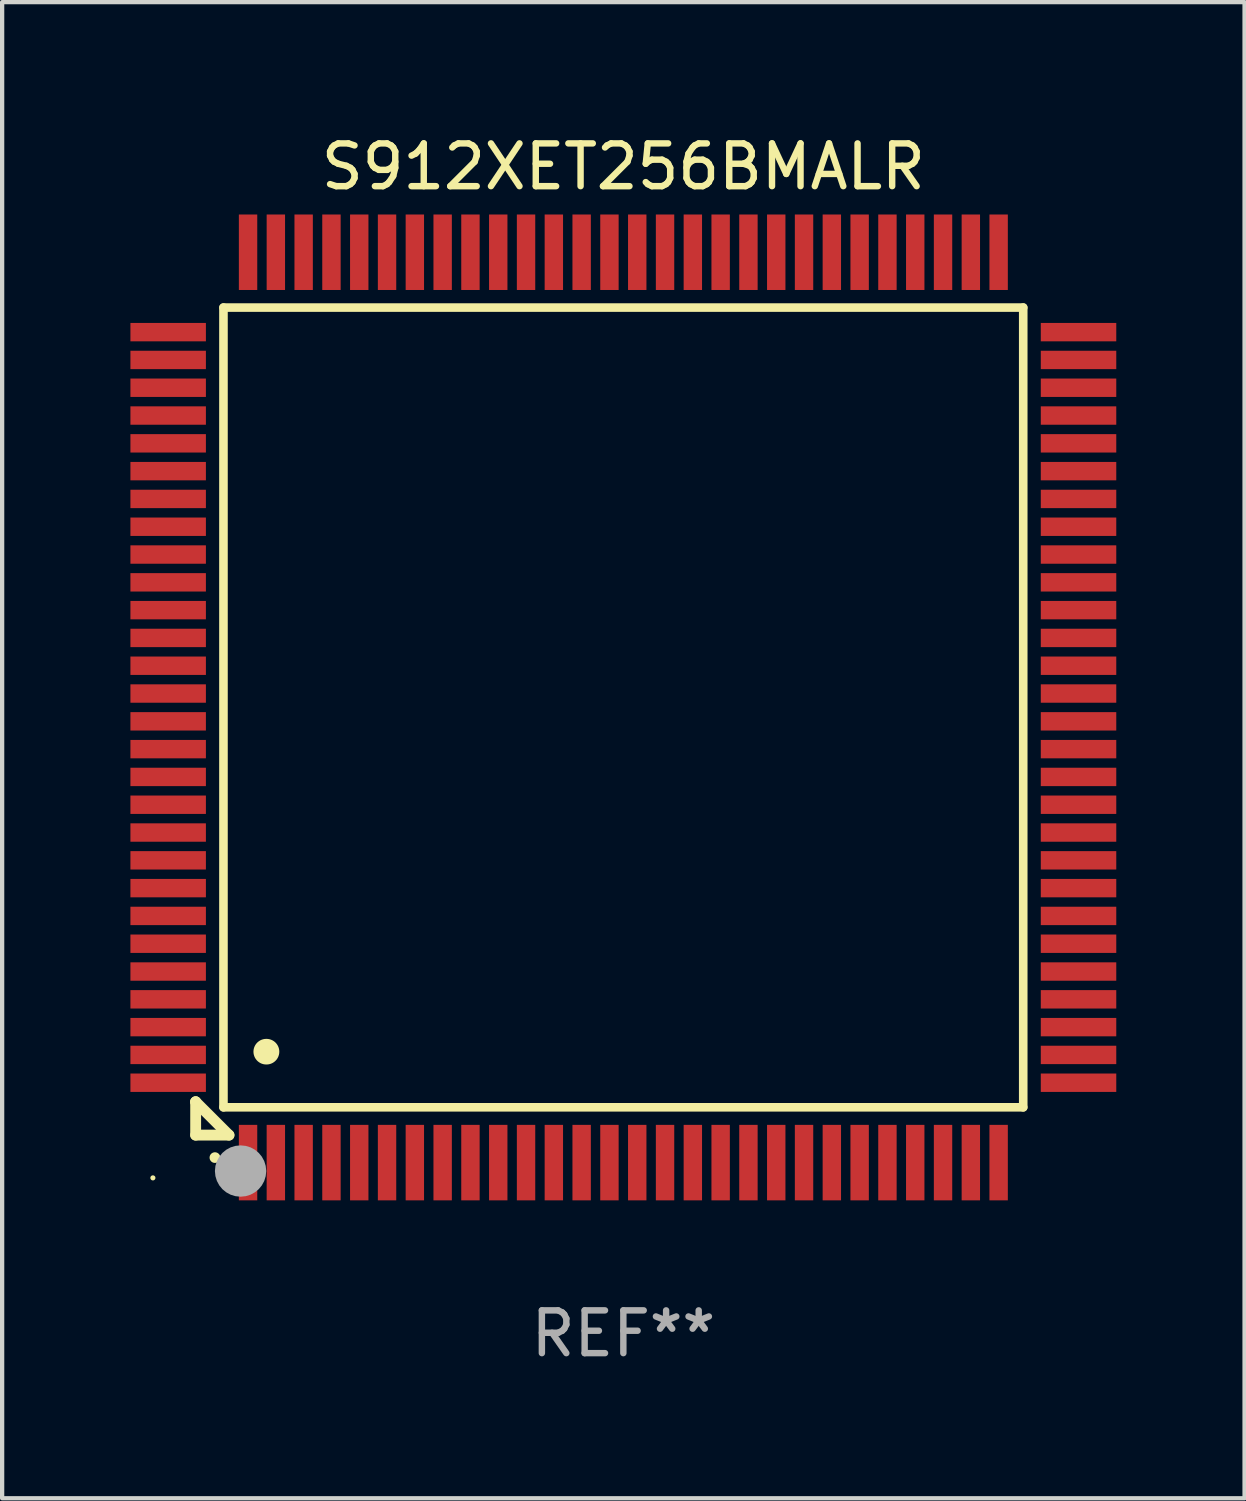
<source format=kicad_pcb>
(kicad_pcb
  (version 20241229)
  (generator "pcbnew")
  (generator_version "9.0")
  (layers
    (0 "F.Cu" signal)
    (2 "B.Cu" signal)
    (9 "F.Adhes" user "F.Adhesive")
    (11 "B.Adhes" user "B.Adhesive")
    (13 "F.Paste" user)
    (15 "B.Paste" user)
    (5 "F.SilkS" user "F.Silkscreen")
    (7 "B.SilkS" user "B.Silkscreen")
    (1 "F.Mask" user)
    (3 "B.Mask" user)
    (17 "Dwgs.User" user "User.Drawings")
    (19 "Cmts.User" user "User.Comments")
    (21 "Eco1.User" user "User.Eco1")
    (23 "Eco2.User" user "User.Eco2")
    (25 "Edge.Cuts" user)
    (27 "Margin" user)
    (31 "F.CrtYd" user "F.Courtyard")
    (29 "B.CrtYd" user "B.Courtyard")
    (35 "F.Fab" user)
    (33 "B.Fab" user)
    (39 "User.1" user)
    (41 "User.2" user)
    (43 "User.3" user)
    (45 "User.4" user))
  (footprint "S912XET256BMALR"
    (layer "F.Cu")
    (at 11.525 13.491)
    (property "Reference" "S912XET256BMALR" (at 0 -12.643 0) (layer "F.SilkS") (effects (font (size 1 1) (thickness 0.15))))
    (attr through_hole)
    (fp_line (start -10 9.221) (end -10 9.221) (stroke (width 0.254) (type solid)) (layer "F.SilkS"))
    (fp_line (start -10 9.221) (end -10 10) (stroke (width 0.254) (type solid)) (layer "F.SilkS"))
    (fp_line (start -10 9.221) (end -9.221 10) (stroke (width 0.254) (type solid)) (layer "F.SilkS"))
    (fp_line (start -10 10) (end -9.221 10) (stroke (width 0.254) (type solid)) (layer "F.SilkS"))
    (fp_line (start -9.35 -9.35) (end -9.35 9.35) (stroke (width 0.201) (type solid)) (layer "F.SilkS"))
    (fp_line (start -9.35 9.35) (end 9.35 9.35) (stroke (width 0.201) (type solid)) (layer "F.SilkS"))
    (fp_line (start 9.35 -9.35) (end -9.35 -9.35) (stroke (width 0.201) (type solid)) (layer "F.SilkS"))
    (fp_line (start 9.35 9.35) (end 9.35 -9.35) (stroke (width 0.201) (type solid)) (layer "F.SilkS"))
    (fp_arc (start -9.550546 10.525832) (mid -9.549276 10.525826) (end -9.548006 10.525832) (stroke (width 0.24892) (type solid)) (layer "F.SilkS"))
    (fp_arc (start -8.349124 8.049327) (mid -8.346584 8.049316) (end -8.344044 8.049327) (stroke (width 0.599441) (type solid)) (layer "F.SilkS"))
    (fp_circle (center -11 11) (end -10.97 11) (stroke (width 0.06) (type solid)) (fill no) (layer "F.SilkS"))
    (fp_circle (center -8.95 10.84) (end -8.65 10.84) (stroke (width 0.6) (type solid)) (fill no) (layer "F.Fab"))
    (fp_text user "REF**" (at 0 14.643 0) (layer "F.Fab") (effects (font (size 1 1) (thickness 0.15))))
    (pad "1" smd rect (at -8.775 10.643) (size 0.43 1.765) (layers "F.Cu" "F.Mask" "F.Paste"))
    (pad "2" smd rect (at -8.125 10.643) (size 0.43 1.765) (layers "F.Cu" "F.Mask" "F.Paste"))
    (pad "3" smd rect (at -7.475 10.643) (size 0.43 1.765) (layers "F.Cu" "F.Mask" "F.Paste"))
    (pad "4" smd rect (at -6.825 10.643) (size 0.43 1.765) (layers "F.Cu" "F.Mask" "F.Paste"))
    (pad "5" smd rect (at -6.175 10.643) (size 0.43 1.765) (layers "F.Cu" "F.Mask" "F.Paste"))
    (pad "6" smd rect (at -5.525 10.643) (size 0.43 1.765) (layers "F.Cu" "F.Mask" "F.Paste"))
    (pad "7" smd rect (at -4.875 10.643) (size 0.43 1.765) (layers "F.Cu" "F.Mask" "F.Paste"))
    (pad "8" smd rect (at -4.225 10.643) (size 0.43 1.765) (layers "F.Cu" "F.Mask" "F.Paste"))
    (pad "9" smd rect (at -3.575 10.643) (size 0.43 1.765) (layers "F.Cu" "F.Mask" "F.Paste"))
    (pad "10" smd rect (at -2.925 10.643) (size 0.43 1.765) (layers "F.Cu" "F.Mask" "F.Paste"))
    (pad "11" smd rect (at -2.275 10.643) (size 0.43 1.765) (layers "F.Cu" "F.Mask" "F.Paste"))
    (pad "12" smd rect (at -1.625 10.643) (size 0.43 1.765) (layers "F.Cu" "F.Mask" "F.Paste"))
    (pad "13" smd rect (at -0.975 10.643) (size 0.43 1.765) (layers "F.Cu" "F.Mask" "F.Paste"))
    (pad "14" smd rect (at -0.325 10.643) (size 0.43 1.765) (layers "F.Cu" "F.Mask" "F.Paste"))
    (pad "15" smd rect (at 0.325 10.643) (size 0.43 1.765) (layers "F.Cu" "F.Mask" "F.Paste"))
    (pad "16" smd rect (at 0.975 10.643) (size 0.43 1.765) (layers "F.Cu" "F.Mask" "F.Paste"))
    (pad "17" smd rect (at 1.625 10.643) (size 0.43 1.765) (layers "F.Cu" "F.Mask" "F.Paste"))
    (pad "18" smd rect (at 2.275 10.643) (size 0.43 1.765) (layers "F.Cu" "F.Mask" "F.Paste"))
    (pad "19" smd rect (at 2.925 10.643) (size 0.43 1.765) (layers "F.Cu" "F.Mask" "F.Paste"))
    (pad "20" smd rect (at 3.575 10.643) (size 0.43 1.765) (layers "F.Cu" "F.Mask" "F.Paste"))
    (pad "21" smd rect (at 4.225 10.643) (size 0.43 1.765) (layers "F.Cu" "F.Mask" "F.Paste"))
    (pad "22" smd rect (at 4.875 10.643) (size 0.43 1.765) (layers "F.Cu" "F.Mask" "F.Paste"))
    (pad "23" smd rect (at 5.525 10.643) (size 0.43 1.765) (layers "F.Cu" "F.Mask" "F.Paste"))
    (pad "24" smd rect (at 6.175 10.643) (size 0.43 1.765) (layers "F.Cu" "F.Mask" "F.Paste"))
    (pad "25" smd rect (at 6.825 10.643) (size 0.43 1.765) (layers "F.Cu" "F.Mask" "F.Paste"))
    (pad "26" smd rect (at 7.475 10.643) (size 0.43 1.765) (layers "F.Cu" "F.Mask" "F.Paste"))
    (pad "27" smd rect (at 8.125 10.643) (size 0.43 1.765) (layers "F.Cu" "F.Mask" "F.Paste"))
    (pad "28" smd rect (at 8.775 10.643) (size 0.43 1.765) (layers "F.Cu" "F.Mask" "F.Paste"))
    (pad "29" smd rect (at 10.643 8.775) (size 1.765 0.43) (layers "F.Cu" "F.Mask" "F.Paste"))
    (pad "30" smd rect (at 10.643 8.125) (size 1.765 0.43) (layers "F.Cu" "F.Mask" "F.Paste"))
    (pad "31" smd rect (at 10.643 7.475) (size 1.765 0.43) (layers "F.Cu" "F.Mask" "F.Paste"))
    (pad "32" smd rect (at 10.643 6.825) (size 1.765 0.43) (layers "F.Cu" "F.Mask" "F.Paste"))
    (pad "33" smd rect (at 10.643 6.175) (size 1.765 0.43) (layers "F.Cu" "F.Mask" "F.Paste"))
    (pad "34" smd rect (at 10.643 5.525) (size 1.765 0.43) (layers "F.Cu" "F.Mask" "F.Paste"))
    (pad "35" smd rect (at 10.643 4.875) (size 1.765 0.43) (layers "F.Cu" "F.Mask" "F.Paste"))
    (pad "36" smd rect (at 10.643 4.225) (size 1.765 0.43) (layers "F.Cu" "F.Mask" "F.Paste"))
    (pad "37" smd rect (at 10.643 3.575) (size 1.765 0.43) (layers "F.Cu" "F.Mask" "F.Paste"))
    (pad "38" smd rect (at 10.643 2.925) (size 1.765 0.43) (layers "F.Cu" "F.Mask" "F.Paste"))
    (pad "39" smd rect (at 10.643 2.275) (size 1.765 0.43) (layers "F.Cu" "F.Mask" "F.Paste"))
    (pad "40" smd rect (at 10.643 1.625) (size 1.765 0.43) (layers "F.Cu" "F.Mask" "F.Paste"))
    (pad "41" smd rect (at 10.643 0.975) (size 1.765 0.43) (layers "F.Cu" "F.Mask" "F.Paste"))
    (pad "42" smd rect (at 10.643 0.325) (size 1.765 0.43) (layers "F.Cu" "F.Mask" "F.Paste"))
    (pad "43" smd rect (at 10.643 -0.325) (size 1.765 0.43) (layers "F.Cu" "F.Mask" "F.Paste"))
    (pad "44" smd rect (at 10.643 -0.975) (size 1.765 0.43) (layers "F.Cu" "F.Mask" "F.Paste"))
    (pad "45" smd rect (at 10.643 -1.625) (size 1.765 0.43) (layers "F.Cu" "F.Mask" "F.Paste"))
    (pad "46" smd rect (at 10.643 -2.275) (size 1.765 0.43) (layers "F.Cu" "F.Mask" "F.Paste"))
    (pad "47" smd rect (at 10.643 -2.925) (size 1.765 0.43) (layers "F.Cu" "F.Mask" "F.Paste"))
    (pad "48" smd rect (at 10.643 -3.575) (size 1.765 0.43) (layers "F.Cu" "F.Mask" "F.Paste"))
    (pad "49" smd rect (at 10.643 -4.225) (size 1.765 0.43) (layers "F.Cu" "F.Mask" "F.Paste"))
    (pad "50" smd rect (at 10.643 -4.875) (size 1.765 0.43) (layers "F.Cu" "F.Mask" "F.Paste"))
    (pad "51" smd rect (at 10.643 -5.525) (size 1.765 0.43) (layers "F.Cu" "F.Mask" "F.Paste"))
    (pad "52" smd rect (at 10.643 -6.175) (size 1.765 0.43) (layers "F.Cu" "F.Mask" "F.Paste"))
    (pad "53" smd rect (at 10.643 -6.825) (size 1.765 0.43) (layers "F.Cu" "F.Mask" "F.Paste"))
    (pad "54" smd rect (at 10.643 -7.475) (size 1.765 0.43) (layers "F.Cu" "F.Mask" "F.Paste"))
    (pad "55" smd rect (at 10.643 -8.125) (size 1.765 0.43) (layers "F.Cu" "F.Mask" "F.Paste"))
    (pad "56" smd rect (at 10.643 -8.775) (size 1.765 0.43) (layers "F.Cu" "F.Mask" "F.Paste"))
    (pad "57" smd rect (at 8.775 -10.643) (size 0.43 1.765) (layers "F.Cu" "F.Mask" "F.Paste"))
    (pad "58" smd rect (at 8.125 -10.643) (size 0.43 1.765) (layers "F.Cu" "F.Mask" "F.Paste"))
    (pad "59" smd rect (at 7.475 -10.643) (size 0.43 1.765) (layers "F.Cu" "F.Mask" "F.Paste"))
    (pad "60" smd rect (at 6.825 -10.643) (size 0.43 1.765) (layers "F.Cu" "F.Mask" "F.Paste"))
    (pad "61" smd rect (at 6.175 -10.643) (size 0.43 1.765) (layers "F.Cu" "F.Mask" "F.Paste"))
    (pad "62" smd rect (at 5.525 -10.643) (size 0.43 1.765) (layers "F.Cu" "F.Mask" "F.Paste"))
    (pad "63" smd rect (at 4.875 -10.643) (size 0.43 1.765) (layers "F.Cu" "F.Mask" "F.Paste"))
    (pad "64" smd rect (at 4.225 -10.643) (size 0.43 1.765) (layers "F.Cu" "F.Mask" "F.Paste"))
    (pad "65" smd rect (at 3.575 -10.643) (size 0.43 1.765) (layers "F.Cu" "F.Mask" "F.Paste"))
    (pad "66" smd rect (at 2.925 -10.643) (size 0.43 1.765) (layers "F.Cu" "F.Mask" "F.Paste"))
    (pad "67" smd rect (at 2.275 -10.643) (size 0.43 1.765) (layers "F.Cu" "F.Mask" "F.Paste"))
    (pad "68" smd rect (at 1.625 -10.643) (size 0.43 1.765) (layers "F.Cu" "F.Mask" "F.Paste"))
    (pad "69" smd rect (at 0.975 -10.643) (size 0.43 1.765) (layers "F.Cu" "F.Mask" "F.Paste"))
    (pad "70" smd rect (at 0.325 -10.643) (size 0.43 1.765) (layers "F.Cu" "F.Mask" "F.Paste"))
    (pad "71" smd rect (at -0.325 -10.643) (size 0.43 1.765) (layers "F.Cu" "F.Mask" "F.Paste"))
    (pad "72" smd rect (at -0.975 -10.643) (size 0.43 1.765) (layers "F.Cu" "F.Mask" "F.Paste"))
    (pad "73" smd rect (at -1.625 -10.643) (size 0.43 1.765) (layers "F.Cu" "F.Mask" "F.Paste"))
    (pad "74" smd rect (at -2.275 -10.643) (size 0.43 1.765) (layers "F.Cu" "F.Mask" "F.Paste"))
    (pad "75" smd rect (at -2.925 -10.643) (size 0.43 1.765) (layers "F.Cu" "F.Mask" "F.Paste"))
    (pad "76" smd rect (at -3.575 -10.643) (size 0.43 1.765) (layers "F.Cu" "F.Mask" "F.Paste"))
    (pad "77" smd rect (at -4.225 -10.643) (size 0.43 1.765) (layers "F.Cu" "F.Mask" "F.Paste"))
    (pad "78" smd rect (at -4.875 -10.643) (size 0.43 1.765) (layers "F.Cu" "F.Mask" "F.Paste"))
    (pad "79" smd rect (at -5.525 -10.643) (size 0.43 1.765) (layers "F.Cu" "F.Mask" "F.Paste"))
    (pad "80" smd rect (at -6.175 -10.643) (size 0.43 1.765) (layers "F.Cu" "F.Mask" "F.Paste"))
    (pad "81" smd rect (at -6.825 -10.643) (size 0.43 1.765) (layers "F.Cu" "F.Mask" "F.Paste"))
    (pad "82" smd rect (at -7.475 -10.643) (size 0.43 1.765) (layers "F.Cu" "F.Mask" "F.Paste"))
    (pad "83" smd rect (at -8.125 -10.643) (size 0.43 1.765) (layers "F.Cu" "F.Mask" "F.Paste"))
    (pad "84" smd rect (at -8.775 -10.643) (size 0.43 1.765) (layers "F.Cu" "F.Mask" "F.Paste"))
    (pad "85" smd rect (at -10.643 -8.775) (size 1.765 0.43) (layers "F.Cu" "F.Mask" "F.Paste"))
    (pad "86" smd rect (at -10.643 -8.125) (size 1.765 0.43) (layers "F.Cu" "F.Mask" "F.Paste"))
    (pad "87" smd rect (at -10.643 -7.475) (size 1.765 0.43) (layers "F.Cu" "F.Mask" "F.Paste"))
    (pad "88" smd rect (at -10.643 -6.825) (size 1.765 0.43) (layers "F.Cu" "F.Mask" "F.Paste"))
    (pad "89" smd rect (at -10.643 -6.175) (size 1.765 0.43) (layers "F.Cu" "F.Mask" "F.Paste"))
    (pad "90" smd rect (at -10.643 -5.525) (size 1.765 0.43) (layers "F.Cu" "F.Mask" "F.Paste"))
    (pad "91" smd rect (at -10.643 -4.875) (size 1.765 0.43) (layers "F.Cu" "F.Mask" "F.Paste"))
    (pad "92" smd rect (at -10.643 -4.225) (size 1.765 0.43) (layers "F.Cu" "F.Mask" "F.Paste"))
    (pad "93" smd rect (at -10.643 -3.575) (size 1.765 0.43) (layers "F.Cu" "F.Mask" "F.Paste"))
    (pad "94" smd rect (at -10.643 -2.925) (size 1.765 0.43) (layers "F.Cu" "F.Mask" "F.Paste"))
    (pad "95" smd rect (at -10.643 -2.275) (size 1.765 0.43) (layers "F.Cu" "F.Mask" "F.Paste"))
    (pad "96" smd rect (at -10.643 -1.625) (size 1.765 0.43) (layers "F.Cu" "F.Mask" "F.Paste"))
    (pad "97" smd rect (at -10.643 -0.975) (size 1.765 0.43) (layers "F.Cu" "F.Mask" "F.Paste"))
    (pad "98" smd rect (at -10.643 -0.325) (size 1.765 0.43) (layers "F.Cu" "F.Mask" "F.Paste"))
    (pad "99" smd rect (at -10.643 0.325) (size 1.765 0.43) (layers "F.Cu" "F.Mask" "F.Paste"))
    (pad "100" smd rect (at -10.643 0.975) (size 1.765 0.43) (layers "F.Cu" "F.Mask" "F.Paste"))
    (pad "101" smd rect (at -10.643 1.625) (size 1.765 0.43) (layers "F.Cu" "F.Mask" "F.Paste"))
    (pad "102" smd rect (at -10.643 2.275) (size 1.765 0.43) (layers "F.Cu" "F.Mask" "F.Paste"))
    (pad "103" smd rect (at -10.643 2.925) (size 1.765 0.43) (layers "F.Cu" "F.Mask" "F.Paste"))
    (pad "104" smd rect (at -10.643 3.575) (size 1.765 0.43) (layers "F.Cu" "F.Mask" "F.Paste"))
    (pad "105" smd rect (at -10.643 4.225) (size 1.765 0.43) (layers "F.Cu" "F.Mask" "F.Paste"))
    (pad "106" smd rect (at -10.643 4.875) (size 1.765 0.43) (layers "F.Cu" "F.Mask" "F.Paste"))
    (pad "107" smd rect (at -10.643 5.525) (size 1.765 0.43) (layers "F.Cu" "F.Mask" "F.Paste"))
    (pad "108" smd rect (at -10.643 6.175) (size 1.765 0.43) (layers "F.Cu" "F.Mask" "F.Paste"))
    (pad "109" smd rect (at -10.643 6.825) (size 1.765 0.43) (layers "F.Cu" "F.Mask" "F.Paste"))
    (pad "110" smd rect (at -10.643 7.475) (size 1.765 0.43) (layers "F.Cu" "F.Mask" "F.Paste"))
    (pad "111" smd rect (at -10.643 8.125) (size 1.765 0.43) (layers "F.Cu" "F.Mask" "F.Paste"))
    (pad "112" smd rect (at -10.643 8.775) (size 1.765 0.43) (layers "F.Cu" "F.Mask" "F.Paste")))
  (gr_rect
    (start -3 -3)
    (end 26.05 31.982)
    (stroke (width 0.1) (type default))
    (fill no)
    (layer "Edge.Cuts")))
</source>
